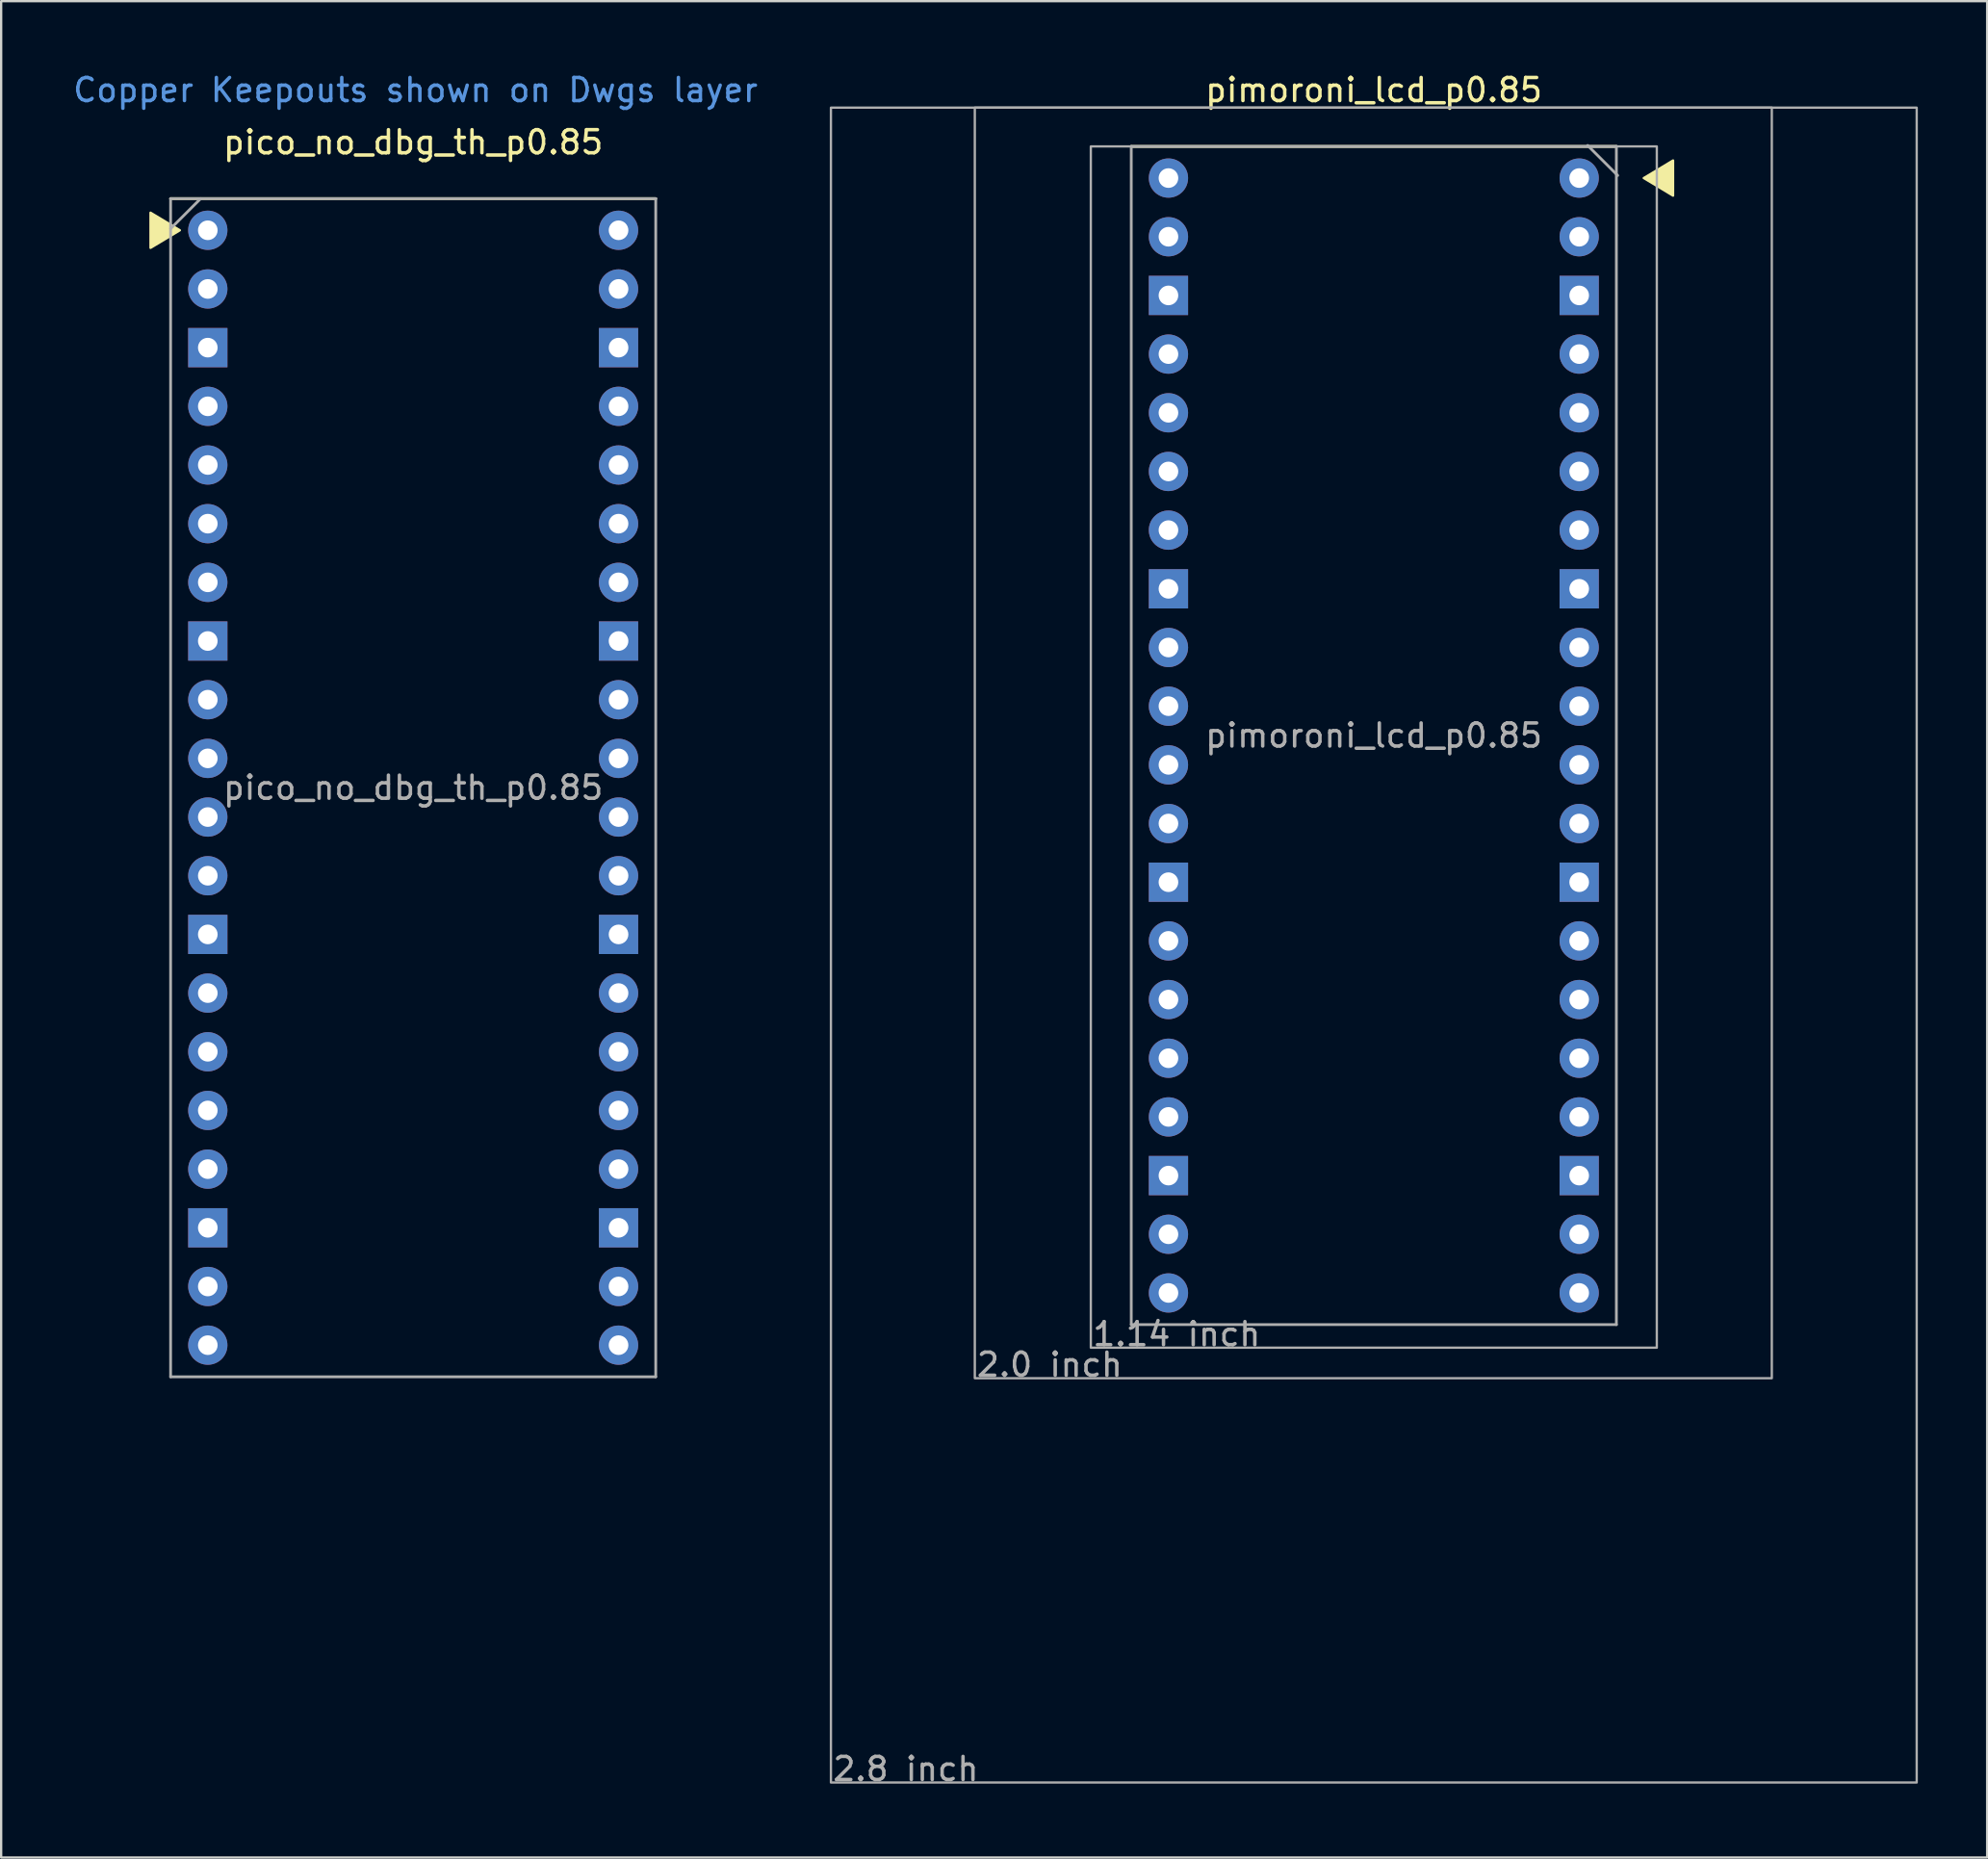
<source format=kicad_pcb>
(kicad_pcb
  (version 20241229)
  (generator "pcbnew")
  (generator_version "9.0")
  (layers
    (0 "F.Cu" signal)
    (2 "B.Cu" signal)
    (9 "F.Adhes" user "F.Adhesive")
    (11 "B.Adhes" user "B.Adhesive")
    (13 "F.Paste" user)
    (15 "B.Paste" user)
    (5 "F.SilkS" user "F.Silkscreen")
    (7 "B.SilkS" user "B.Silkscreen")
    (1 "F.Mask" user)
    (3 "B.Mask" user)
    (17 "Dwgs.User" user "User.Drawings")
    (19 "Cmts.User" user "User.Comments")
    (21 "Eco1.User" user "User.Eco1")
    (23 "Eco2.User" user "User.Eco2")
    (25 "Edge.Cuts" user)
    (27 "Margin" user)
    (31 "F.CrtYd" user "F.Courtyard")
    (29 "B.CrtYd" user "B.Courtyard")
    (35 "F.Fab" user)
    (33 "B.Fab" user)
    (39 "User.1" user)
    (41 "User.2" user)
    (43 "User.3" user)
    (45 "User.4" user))
  (footprint "pico_no_dbg_th_p0.85"
    (layer "F.Cu")
    (at 14.835 31.048)
    (property "Reference" "pico_no_dbg_th_p0.85" (at 0 -27.94 0) (layer "F.SilkS") (effects (font (size 1 1) (thickness 0.15))))
    (attr through_hole)
    (fp_line (start -10.5 -25.5) (end 10.5 -25.5) (stroke (width 0.12) (type solid)) (layer "F.SilkS"))
    (fp_poly (pts (xy -10.1 -24.13) (xy -11.37 -24.892) (xy -11.37 -23.368)) (stroke (width 0.1) (type solid)) (fill yes) (layer "F.SilkS"))
    (fp_line (start -10.5 -25.5) (end 10.5 -25.5) (stroke (width 0.12) (type solid)) (layer "F.Fab"))
    (fp_line (start -10.5 -24.2) (end -9.2 -25.5) (stroke (width 0.12) (type solid)) (layer "F.Fab"))
    (fp_line (start -10.5 25.5) (end -10.5 -25.5) (stroke (width 0.12) (type solid)) (layer "F.Fab"))
    (fp_line (start 10.5 -25.5) (end 10.5 25.5) (stroke (width 0.12) (type solid)) (layer "F.Fab"))
    (fp_line (start 10.5 25.5) (end -10.5 25.5) (stroke (width 0.12) (type solid)) (layer "F.Fab"))
    (fp_text user "Copper Keepouts shown on Dwgs layer" (at 0.1 -30.2 0) (layer "Cmts.User") (effects (font (size 1 1) (thickness 0.15))))
    (fp_text user "${REFERENCE}" (at 0 0 180) (layer "F.Fab") (effects (font (size 1 1) (thickness 0.15))))
    (pad "1" thru_hole oval (at -8.89 -24.13) (size 1.7 1.7) (drill 0.85) (layers "*.Cu" "*.Mask"))
    (pad "2" thru_hole oval (at -8.89 -21.59) (size 1.7 1.7) (drill 0.85) (layers "*.Cu" "*.Mask"))
    (pad "3" thru_hole rect (at -8.89 -19.05) (size 1.7 1.7) (drill 0.85) (layers "*.Cu" "*.Mask"))
    (pad "4" thru_hole oval (at -8.89 -16.51) (size 1.7 1.7) (drill 0.85) (layers "*.Cu" "*.Mask"))
    (pad "5" thru_hole oval (at -8.89 -13.97) (size 1.7 1.7) (drill 0.85) (layers "*.Cu" "*.Mask"))
    (pad "6" thru_hole oval (at -8.89 -11.43) (size 1.7 1.7) (drill 0.85) (layers "*.Cu" "*.Mask"))
    (pad "7" thru_hole oval (at -8.89 -8.89) (size 1.7 1.7) (drill 0.85) (layers "*.Cu" "*.Mask"))
    (pad "8" thru_hole rect (at -8.89 -6.35) (size 1.7 1.7) (drill 0.85) (layers "*.Cu" "*.Mask"))
    (pad "9" thru_hole oval (at -8.89 -3.81) (size 1.7 1.7) (drill 0.85) (layers "*.Cu" "*.Mask"))
    (pad "10" thru_hole oval (at -8.89 -1.27) (size 1.7 1.7) (drill 0.85) (layers "*.Cu" "*.Mask"))
    (pad "11" thru_hole oval (at -8.89 1.27) (size 1.7 1.7) (drill 0.85) (layers "*.Cu" "*.Mask"))
    (pad "12" thru_hole oval (at -8.89 3.81) (size 1.7 1.7) (drill 0.85) (layers "*.Cu" "*.Mask"))
    (pad "13" thru_hole rect (at -8.89 6.35) (size 1.7 1.7) (drill 0.85) (layers "*.Cu" "*.Mask"))
    (pad "14" thru_hole oval (at -8.89 8.89) (size 1.7 1.7) (drill 0.85) (layers "*.Cu" "*.Mask"))
    (pad "15" thru_hole oval (at -8.89 11.43) (size 1.7 1.7) (drill 0.85) (layers "*.Cu" "*.Mask"))
    (pad "16" thru_hole oval (at -8.89 13.97) (size 1.7 1.7) (drill 0.85) (layers "*.Cu" "*.Mask"))
    (pad "17" thru_hole oval (at -8.89 16.51) (size 1.7 1.7) (drill 0.85) (layers "*.Cu" "*.Mask"))
    (pad "18" thru_hole rect (at -8.89 19.05) (size 1.7 1.7) (drill 0.85) (layers "*.Cu" "*.Mask"))
    (pad "19" thru_hole oval (at -8.89 21.59) (size 1.7 1.7) (drill 0.85) (layers "*.Cu" "*.Mask"))
    (pad "20" thru_hole oval (at -8.89 24.13) (size 1.7 1.7) (drill 0.85) (layers "*.Cu" "*.Mask"))
    (pad "21" thru_hole oval (at 8.89 24.13) (size 1.7 1.7) (drill 0.85) (layers "*.Cu" "*.Mask"))
    (pad "22" thru_hole oval (at 8.89 21.59) (size 1.7 1.7) (drill 0.85) (layers "*.Cu" "*.Mask"))
    (pad "23" thru_hole rect (at 8.89 19.05) (size 1.7 1.7) (drill 0.85) (layers "*.Cu" "*.Mask"))
    (pad "24" thru_hole oval (at 8.89 16.51) (size 1.7 1.7) (drill 0.85) (layers "*.Cu" "*.Mask"))
    (pad "25" thru_hole oval (at 8.89 13.97) (size 1.7 1.7) (drill 0.85) (layers "*.Cu" "*.Mask"))
    (pad "26" thru_hole oval (at 8.89 11.43) (size 1.7 1.7) (drill 0.85) (layers "*.Cu" "*.Mask"))
    (pad "27" thru_hole oval (at 8.89 8.89) (size 1.7 1.7) (drill 0.85) (layers "*.Cu" "*.Mask"))
    (pad "28" thru_hole rect (at 8.89 6.35) (size 1.7 1.7) (drill 0.85) (layers "*.Cu" "*.Mask"))
    (pad "29" thru_hole oval (at 8.89 3.81) (size 1.7 1.7) (drill 0.85) (layers "*.Cu" "*.Mask"))
    (pad "30" thru_hole oval (at 8.89 1.27) (size 1.7 1.7) (drill 0.85) (layers "*.Cu" "*.Mask"))
    (pad "31" thru_hole oval (at 8.89 -1.27) (size 1.7 1.7) (drill 0.85) (layers "*.Cu" "*.Mask"))
    (pad "32" thru_hole oval (at 8.89 -3.81) (size 1.7 1.7) (drill 0.85) (layers "*.Cu" "*.Mask"))
    (pad "33" thru_hole rect (at 8.89 -6.35) (size 1.7 1.7) (drill 0.85) (layers "*.Cu" "*.Mask"))
    (pad "34" thru_hole oval (at 8.89 -8.89) (size 1.7 1.7) (drill 0.85) (layers "*.Cu" "*.Mask"))
    (pad "35" thru_hole oval (at 8.89 -11.43) (size 1.7 1.7) (drill 0.85) (layers "*.Cu" "*.Mask"))
    (pad "36" thru_hole oval (at 8.89 -13.97) (size 1.7 1.7) (drill 0.85) (layers "*.Cu" "*.Mask"))
    (pad "37" thru_hole oval (at 8.89 -16.51) (size 1.7 1.7) (drill 0.85) (layers "*.Cu" "*.Mask"))
    (pad "38" thru_hole rect (at 8.89 -19.05) (size 1.7 1.7) (drill 0.85) (layers "*.Cu" "*.Mask"))
    (pad "39" thru_hole oval (at 8.89 -21.59) (size 1.7 1.7) (drill 0.85) (layers "*.Cu" "*.Mask"))
    (pad "40" thru_hole oval (at 8.89 -24.13) (size 1.7 1.7) (drill 0.85) (layers "*.Cu" "*.Mask")))
  (footprint "pimoroni_lcd_p0.85"
    (layer "F.Cu")
    (at 56.419 28.788)
    (property "Reference" "pimoroni_lcd_p0.85" (at 0 -27.94 0) (layer "F.SilkS") (effects (font (size 1 1) (thickness 0.15))))
    (attr through_hole)
    (fp_line (start -10.5 -25.5) (end 10.5 -25.5) (stroke (width 0.12) (type solid)) (layer "F.SilkS"))
    (fp_poly (pts (xy 11.684 -24.13) (xy 12.954 -23.368) (xy 12.954 -24.892)) (stroke (width 0.1) (type solid)) (fill yes) (layer "F.SilkS"))
    (fp_line (start -10.5 -25.5) (end 10.5 -25.5) (stroke (width 0.12) (type solid)) (layer "F.Fab"))
    (fp_line (start -10.5 25.5) (end -10.5 -25.5) (stroke (width 0.12) (type solid)) (layer "F.Fab"))
    (fp_line (start 10.5 -25.5) (end 10.5 25.5) (stroke (width 0.12) (type solid)) (layer "F.Fab"))
    (fp_line (start 10.5 25.5) (end -10.5 25.5) (stroke (width 0.12) (type solid)) (layer "F.Fab"))
    (fp_line (start 10.556 -24.242) (end 9.256 -25.542) (stroke (width 0.12) (type solid)) (layer "F.Fab"))
    (fp_rect (start -23.5 -27.178) (end 23.5 45.322) (stroke (width 0.1) (type default)) (fill no) (layer "F.Fab"))
    (fp_rect (start -17.272 -27.178) (end 17.228 27.822) (stroke (width 0.1) (type default)) (fill no) (layer "F.Fab"))
    (fp_rect (start -12.25 -25.5) (end 12.25 26.5) (stroke (width 0.1) (type default)) (fill no) (layer "F.Fab"))
    (fp_text user "${REFERENCE}" (at 0 0 180) (layer "F.Fab") (effects (font (size 1 1) (thickness 0.15))))
    (fp_text user "2.8 inch" (at -23.5 45.322 0) (unlocked yes) (layer "F.Fab") (effects (font (size 1 1) (thickness 0.15)) (justify left bottom)))
    (fp_text user "2.0 inch" (at -17.272 27.822 0) (unlocked yes) (layer "F.Fab") (effects (font (size 1 1) (thickness 0.15)) (justify left bottom)))
    (fp_text user "1.14 inch" (at -12.25 26.5 0) (unlocked yes) (layer "F.Fab") (effects (font (size 1 1) (thickness 0.15)) (justify left bottom)))
    (pad "1" thru_hole oval (at 8.89 -24.13) (size 1.7 1.7) (drill 0.85) (layers "*.Cu" "*.Mask"))
    (pad "2" thru_hole oval (at 8.89 -21.59) (size 1.7 1.7) (drill 0.85) (layers "*.Cu" "*.Mask"))
    (pad "3" thru_hole rect (at 8.89 -19.05) (size 1.7 1.7) (drill 0.85) (layers "*.Cu" "*.Mask"))
    (pad "4" thru_hole oval (at 8.89 -16.51) (size 1.7 1.7) (drill 0.85) (layers "*.Cu" "*.Mask"))
    (pad "5" thru_hole oval (at 8.89 -13.97) (size 1.7 1.7) (drill 0.85) (layers "*.Cu" "*.Mask"))
    (pad "6" thru_hole oval (at 8.89 -11.43) (size 1.7 1.7) (drill 0.85) (layers "*.Cu" "*.Mask"))
    (pad "7" thru_hole oval (at 8.89 -8.89) (size 1.7 1.7) (drill 0.85) (layers "*.Cu" "*.Mask"))
    (pad "8" thru_hole rect (at 8.89 -6.35) (size 1.7 1.7) (drill 0.85) (layers "*.Cu" "*.Mask"))
    (pad "9" thru_hole oval (at 8.89 -3.81) (size 1.7 1.7) (drill 0.85) (layers "*.Cu" "*.Mask"))
    (pad "10" thru_hole oval (at 8.89 -1.27) (size 1.7 1.7) (drill 0.85) (layers "*.Cu" "*.Mask"))
    (pad "11" thru_hole oval (at 8.89 1.27) (size 1.7 1.7) (drill 0.85) (layers "*.Cu" "*.Mask"))
    (pad "12" thru_hole oval (at 8.89 3.81) (size 1.7 1.7) (drill 0.85) (layers "*.Cu" "*.Mask"))
    (pad "13" thru_hole rect (at 8.89 6.35) (size 1.7 1.7) (drill 0.85) (layers "*.Cu" "*.Mask"))
    (pad "14" thru_hole oval (at 8.89 8.89) (size 1.7 1.7) (drill 0.85) (layers "*.Cu" "*.Mask"))
    (pad "15" thru_hole oval (at 8.89 11.43) (size 1.7 1.7) (drill 0.85) (layers "*.Cu" "*.Mask"))
    (pad "16" thru_hole oval (at 8.89 13.97) (size 1.7 1.7) (drill 0.85) (layers "*.Cu" "*.Mask"))
    (pad "17" thru_hole oval (at 8.89 16.51) (size 1.7 1.7) (drill 0.85) (layers "*.Cu" "*.Mask"))
    (pad "18" thru_hole rect (at 8.89 19.05) (size 1.7 1.7) (drill 0.85) (layers "*.Cu" "*.Mask"))
    (pad "19" thru_hole oval (at 8.89 21.59) (size 1.7 1.7) (drill 0.85) (layers "*.Cu" "*.Mask"))
    (pad "20" thru_hole oval (at 8.89 24.13) (size 1.7 1.7) (drill 0.85) (layers "*.Cu" "*.Mask"))
    (pad "21" thru_hole oval (at -8.89 24.13) (size 1.7 1.7) (drill 0.85) (layers "*.Cu" "*.Mask"))
    (pad "22" thru_hole oval (at -8.89 21.59) (size 1.7 1.7) (drill 0.85) (layers "*.Cu" "*.Mask"))
    (pad "23" thru_hole rect (at -8.89 19.05) (size 1.7 1.7) (drill 0.85) (layers "*.Cu" "*.Mask"))
    (pad "24" thru_hole oval (at -8.89 16.51) (size 1.7 1.7) (drill 0.85) (layers "*.Cu" "*.Mask"))
    (pad "25" thru_hole oval (at -8.89 13.97) (size 1.7 1.7) (drill 0.85) (layers "*.Cu" "*.Mask"))
    (pad "26" thru_hole oval (at -8.89 11.43) (size 1.7 1.7) (drill 0.85) (layers "*.Cu" "*.Mask"))
    (pad "27" thru_hole oval (at -8.89 8.89) (size 1.7 1.7) (drill 0.85) (layers "*.Cu" "*.Mask"))
    (pad "28" thru_hole rect (at -8.89 6.35) (size 1.7 1.7) (drill 0.85) (layers "*.Cu" "*.Mask"))
    (pad "29" thru_hole oval (at -8.89 3.81) (size 1.7 1.7) (drill 0.85) (layers "*.Cu" "*.Mask"))
    (pad "30" thru_hole oval (at -8.89 1.27) (size 1.7 1.7) (drill 0.85) (layers "*.Cu" "*.Mask"))
    (pad "31" thru_hole oval (at -8.89 -1.27) (size 1.7 1.7) (drill 0.85) (layers "*.Cu" "*.Mask"))
    (pad "32" thru_hole oval (at -8.89 -3.81) (size 1.7 1.7) (drill 0.85) (layers "*.Cu" "*.Mask"))
    (pad "33" thru_hole rect (at -8.89 -6.35) (size 1.7 1.7) (drill 0.85) (layers "*.Cu" "*.Mask"))
    (pad "34" thru_hole oval (at -8.89 -8.89) (size 1.7 1.7) (drill 0.85) (layers "*.Cu" "*.Mask"))
    (pad "35" thru_hole oval (at -8.89 -11.43) (size 1.7 1.7) (drill 0.85) (layers "*.Cu" "*.Mask"))
    (pad "36" thru_hole oval (at -8.89 -13.97) (size 1.7 1.7) (drill 0.85) (layers "*.Cu" "*.Mask"))
    (pad "37" thru_hole oval (at -8.89 -16.51) (size 1.7 1.7) (drill 0.85) (layers "*.Cu" "*.Mask"))
    (pad "38" thru_hole rect (at -8.89 -19.05) (size 1.7 1.7) (drill 0.85) (layers "*.Cu" "*.Mask"))
    (pad "39" thru_hole oval (at -8.89 -21.59) (size 1.7 1.7) (drill 0.85) (layers "*.Cu" "*.Mask"))
    (pad "40" thru_hole oval (at -8.89 -24.13) (size 1.7 1.7) (drill 0.85) (layers "*.Cu" "*.Mask")))
  (gr_rect
    (start -3 -3)
    (end 82.969 77.357)
    (stroke (width 0.1) (type default))
    (fill no)
    (layer "Edge.Cuts")))
</source>
